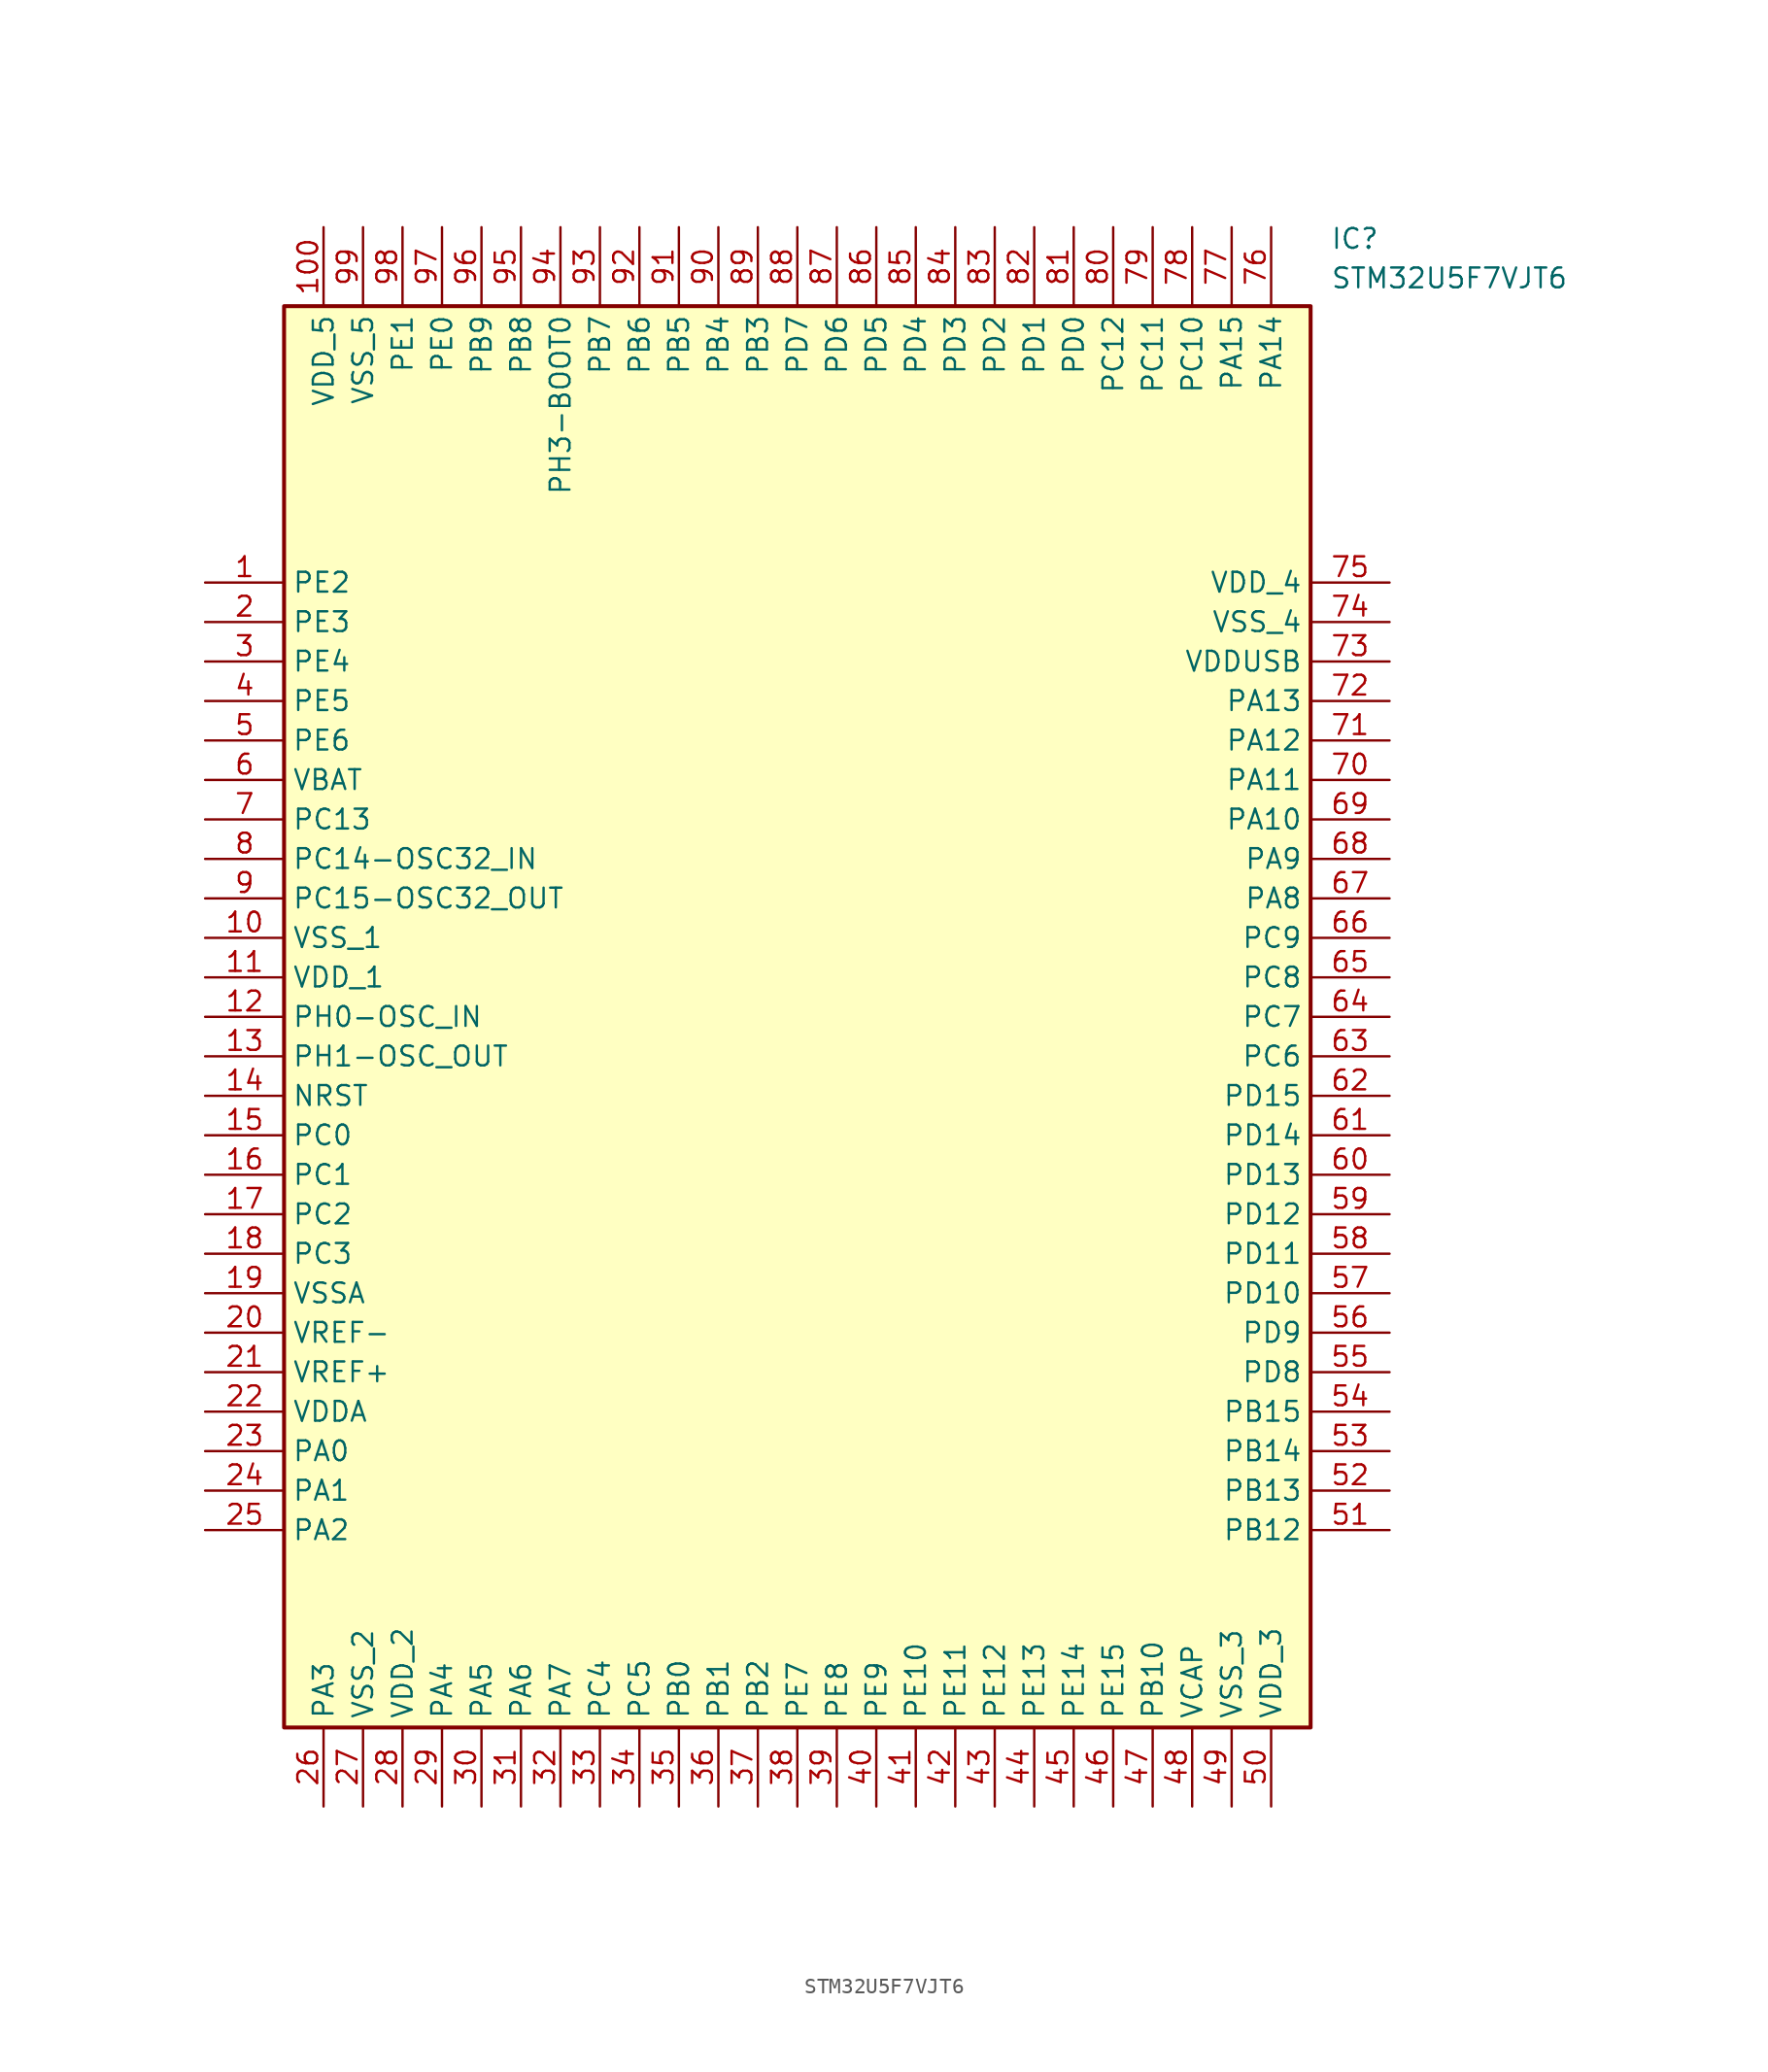
<source format=kicad_sym>
(kicad_symbol_lib
  (version 20211014)
  (generator SamacSys_ECAD_Model)
  (symbol "STM32U5F7VJT6"
    (property "Reference" "IC"
      (at 72.39 22.86 0)
      (effects (font (size 1.27 1.27)) (justify left top)))
    (property "Value" "STM32U5F7VJT6"
      (at 72.39 20.32 0)
      (effects (font (size 1.27 1.27)) (justify left top)))
    (rectangle
      (start 5.08 17.78)
      (end 71.12 -73.66)
      (stroke (width 0.254) (type default))
      (fill (type background)))
    (pin passive line
      (at 0 0 0)
      (length 5.08)
      (name "PE2" (effects (font (size 1.27 1.27))))
      (number "1" (effects (font (size 1.27 1.27)))))
    (pin passive line
      (at 0 -2.54 0)
      (length 5.08)
      (name "PE3" (effects (font (size 1.27 1.27))))
      (number "2" (effects (font (size 1.27 1.27)))))
    (pin passive line
      (at 0 -5.08 0)
      (length 5.08)
      (name "PE4" (effects (font (size 1.27 1.27))))
      (number "3" (effects (font (size 1.27 1.27)))))
    (pin passive line
      (at 0 -7.62 0)
      (length 5.08)
      (name "PE5" (effects (font (size 1.27 1.27))))
      (number "4" (effects (font (size 1.27 1.27)))))
    (pin passive line
      (at 0 -10.16 0)
      (length 5.08)
      (name "PE6" (effects (font (size 1.27 1.27))))
      (number "5" (effects (font (size 1.27 1.27)))))
    (pin passive line
      (at 0 -12.7 0)
      (length 5.08)
      (name "VBAT" (effects (font (size 1.27 1.27))))
      (number "6" (effects (font (size 1.27 1.27)))))
    (pin passive line
      (at 0 -15.24 0)
      (length 5.08)
      (name "PC13" (effects (font (size 1.27 1.27))))
      (number "7" (effects (font (size 1.27 1.27)))))
    (pin passive line
      (at 0 -17.78 0)
      (length 5.08)
      (name "PC14-OSC32_IN" (effects (font (size 1.27 1.27))))
      (number "8" (effects (font (size 1.27 1.27)))))
    (pin passive line
      (at 0 -20.32 0)
      (length 5.08)
      (name "PC15-OSC32_OUT" (effects (font (size 1.27 1.27))))
      (number "9" (effects (font (size 1.27 1.27)))))
    (pin passive line
      (at 0 -22.86 0)
      (length 5.08)
      (name "VSS_1" (effects (font (size 1.27 1.27))))
      (number "10" (effects (font (size 1.27 1.27)))))
    (pin passive line
      (at 0 -25.4 0)
      (length 5.08)
      (name "VDD_1" (effects (font (size 1.27 1.27))))
      (number "11" (effects (font (size 1.27 1.27)))))
    (pin passive line
      (at 0 -27.94 0)
      (length 5.08)
      (name "PH0-OSC_IN" (effects (font (size 1.27 1.27))))
      (number "12" (effects (font (size 1.27 1.27)))))
    (pin passive line
      (at 0 -30.48 0)
      (length 5.08)
      (name "PH1-OSC_OUT" (effects (font (size 1.27 1.27))))
      (number "13" (effects (font (size 1.27 1.27)))))
    (pin passive line
      (at 0 -33.02 0)
      (length 5.08)
      (name "NRST" (effects (font (size 1.27 1.27))))
      (number "14" (effects (font (size 1.27 1.27)))))
    (pin passive line
      (at 0 -35.56 0)
      (length 5.08)
      (name "PC0" (effects (font (size 1.27 1.27))))
      (number "15" (effects (font (size 1.27 1.27)))))
    (pin passive line
      (at 0 -38.1 0)
      (length 5.08)
      (name "PC1" (effects (font (size 1.27 1.27))))
      (number "16" (effects (font (size 1.27 1.27)))))
    (pin passive line
      (at 0 -40.64 0)
      (length 5.08)
      (name "PC2" (effects (font (size 1.27 1.27))))
      (number "17" (effects (font (size 1.27 1.27)))))
    (pin passive line
      (at 0 -43.18 0)
      (length 5.08)
      (name "PC3" (effects (font (size 1.27 1.27))))
      (number "18" (effects (font (size 1.27 1.27)))))
    (pin passive line
      (at 0 -45.72 0)
      (length 5.08)
      (name "VSSA" (effects (font (size 1.27 1.27))))
      (number "19" (effects (font (size 1.27 1.27)))))
    (pin passive line
      (at 0 -48.26 0)
      (length 5.08)
      (name "VREF-" (effects (font (size 1.27 1.27))))
      (number "20" (effects (font (size 1.27 1.27)))))
    (pin passive line
      (at 0 -50.8 0)
      (length 5.08)
      (name "VREF+" (effects (font (size 1.27 1.27))))
      (number "21" (effects (font (size 1.27 1.27)))))
    (pin passive line
      (at 0 -53.34 0)
      (length 5.08)
      (name "VDDA" (effects (font (size 1.27 1.27))))
      (number "22" (effects (font (size 1.27 1.27)))))
    (pin passive line
      (at 0 -55.88 0)
      (length 5.08)
      (name "PA0" (effects (font (size 1.27 1.27))))
      (number "23" (effects (font (size 1.27 1.27)))))
    (pin passive line
      (at 0 -58.42 0)
      (length 5.08)
      (name "PA1" (effects (font (size 1.27 1.27))))
      (number "24" (effects (font (size 1.27 1.27)))))
    (pin passive line
      (at 0 -60.96 0)
      (length 5.08)
      (name "PA2" (effects (font (size 1.27 1.27))))
      (number "25" (effects (font (size 1.27 1.27)))))
    (pin passive line
      (at 7.62 -78.74 90)
      (length 5.08)
      (name "PA3" (effects (font (size 1.27 1.27))))
      (number "26" (effects (font (size 1.27 1.27)))))
    (pin passive line
      (at 10.16 -78.74 90)
      (length 5.08)
      (name "VSS_2" (effects (font (size 1.27 1.27))))
      (number "27" (effects (font (size 1.27 1.27)))))
    (pin passive line
      (at 12.7 -78.74 90)
      (length 5.08)
      (name "VDD_2" (effects (font (size 1.27 1.27))))
      (number "28" (effects (font (size 1.27 1.27)))))
    (pin passive line
      (at 15.24 -78.74 90)
      (length 5.08)
      (name "PA4" (effects (font (size 1.27 1.27))))
      (number "29" (effects (font (size 1.27 1.27)))))
    (pin passive line
      (at 17.78 -78.74 90)
      (length 5.08)
      (name "PA5" (effects (font (size 1.27 1.27))))
      (number "30" (effects (font (size 1.27 1.27)))))
    (pin passive line
      (at 20.32 -78.74 90)
      (length 5.08)
      (name "PA6" (effects (font (size 1.27 1.27))))
      (number "31" (effects (font (size 1.27 1.27)))))
    (pin passive line
      (at 22.86 -78.74 90)
      (length 5.08)
      (name "PA7" (effects (font (size 1.27 1.27))))
      (number "32" (effects (font (size 1.27 1.27)))))
    (pin passive line
      (at 25.4 -78.74 90)
      (length 5.08)
      (name "PC4" (effects (font (size 1.27 1.27))))
      (number "33" (effects (font (size 1.27 1.27)))))
    (pin passive line
      (at 27.94 -78.74 90)
      (length 5.08)
      (name "PC5" (effects (font (size 1.27 1.27))))
      (number "34" (effects (font (size 1.27 1.27)))))
    (pin passive line
      (at 30.48 -78.74 90)
      (length 5.08)
      (name "PB0" (effects (font (size 1.27 1.27))))
      (number "35" (effects (font (size 1.27 1.27)))))
    (pin passive line
      (at 33.02 -78.74 90)
      (length 5.08)
      (name "PB1" (effects (font (size 1.27 1.27))))
      (number "36" (effects (font (size 1.27 1.27)))))
    (pin passive line
      (at 35.56 -78.74 90)
      (length 5.08)
      (name "PB2" (effects (font (size 1.27 1.27))))
      (number "37" (effects (font (size 1.27 1.27)))))
    (pin passive line
      (at 38.1 -78.74 90)
      (length 5.08)
      (name "PE7" (effects (font (size 1.27 1.27))))
      (number "38" (effects (font (size 1.27 1.27)))))
    (pin passive line
      (at 40.64 -78.74 90)
      (length 5.08)
      (name "PE8" (effects (font (size 1.27 1.27))))
      (number "39" (effects (font (size 1.27 1.27)))))
    (pin passive line
      (at 43.18 -78.74 90)
      (length 5.08)
      (name "PE9" (effects (font (size 1.27 1.27))))
      (number "40" (effects (font (size 1.27 1.27)))))
    (pin passive line
      (at 45.72 -78.74 90)
      (length 5.08)
      (name "PE10" (effects (font (size 1.27 1.27))))
      (number "41" (effects (font (size 1.27 1.27)))))
    (pin passive line
      (at 48.26 -78.74 90)
      (length 5.08)
      (name "PE11" (effects (font (size 1.27 1.27))))
      (number "42" (effects (font (size 1.27 1.27)))))
    (pin passive line
      (at 50.8 -78.74 90)
      (length 5.08)
      (name "PE12" (effects (font (size 1.27 1.27))))
      (number "43" (effects (font (size 1.27 1.27)))))
    (pin passive line
      (at 53.34 -78.74 90)
      (length 5.08)
      (name "PE13" (effects (font (size 1.27 1.27))))
      (number "44" (effects (font (size 1.27 1.27)))))
    (pin passive line
      (at 55.88 -78.74 90)
      (length 5.08)
      (name "PE14" (effects (font (size 1.27 1.27))))
      (number "45" (effects (font (size 1.27 1.27)))))
    (pin passive line
      (at 58.42 -78.74 90)
      (length 5.08)
      (name "PE15" (effects (font (size 1.27 1.27))))
      (number "46" (effects (font (size 1.27 1.27)))))
    (pin passive line
      (at 60.96 -78.74 90)
      (length 5.08)
      (name "PB10" (effects (font (size 1.27 1.27))))
      (number "47" (effects (font (size 1.27 1.27)))))
    (pin passive line
      (at 63.5 -78.74 90)
      (length 5.08)
      (name "VCAP" (effects (font (size 1.27 1.27))))
      (number "48" (effects (font (size 1.27 1.27)))))
    (pin passive line
      (at 66.04 -78.74 90)
      (length 5.08)
      (name "VSS_3" (effects (font (size 1.27 1.27))))
      (number "49" (effects (font (size 1.27 1.27)))))
    (pin passive line
      (at 68.58 -78.74 90)
      (length 5.08)
      (name "VDD_3" (effects (font (size 1.27 1.27))))
      (number "50" (effects (font (size 1.27 1.27)))))
    (pin passive line
      (at 76.2 0 180)
      (length 5.08)
      (name "VDD_4" (effects (font (size 1.27 1.27))))
      (number "75" (effects (font (size 1.27 1.27)))))
    (pin passive line
      (at 76.2 -2.54 180)
      (length 5.08)
      (name "VSS_4" (effects (font (size 1.27 1.27))))
      (number "74" (effects (font (size 1.27 1.27)))))
    (pin passive line
      (at 76.2 -5.08 180)
      (length 5.08)
      (name "VDDUSB" (effects (font (size 1.27 1.27))))
      (number "73" (effects (font (size 1.27 1.27)))))
    (pin passive line
      (at 76.2 -7.62 180)
      (length 5.08)
      (name "PA13" (effects (font (size 1.27 1.27))))
      (number "72" (effects (font (size 1.27 1.27)))))
    (pin passive line
      (at 76.2 -10.16 180)
      (length 5.08)
      (name "PA12" (effects (font (size 1.27 1.27))))
      (number "71" (effects (font (size 1.27 1.27)))))
    (pin passive line
      (at 76.2 -12.7 180)
      (length 5.08)
      (name "PA11" (effects (font (size 1.27 1.27))))
      (number "70" (effects (font (size 1.27 1.27)))))
    (pin passive line
      (at 76.2 -15.24 180)
      (length 5.08)
      (name "PA10" (effects (font (size 1.27 1.27))))
      (number "69" (effects (font (size 1.27 1.27)))))
    (pin passive line
      (at 76.2 -17.78 180)
      (length 5.08)
      (name "PA9" (effects (font (size 1.27 1.27))))
      (number "68" (effects (font (size 1.27 1.27)))))
    (pin passive line
      (at 76.2 -20.32 180)
      (length 5.08)
      (name "PA8" (effects (font (size 1.27 1.27))))
      (number "67" (effects (font (size 1.27 1.27)))))
    (pin passive line
      (at 76.2 -22.86 180)
      (length 5.08)
      (name "PC9" (effects (font (size 1.27 1.27))))
      (number "66" (effects (font (size 1.27 1.27)))))
    (pin passive line
      (at 76.2 -25.4 180)
      (length 5.08)
      (name "PC8" (effects (font (size 1.27 1.27))))
      (number "65" (effects (font (size 1.27 1.27)))))
    (pin passive line
      (at 76.2 -27.94 180)
      (length 5.08)
      (name "PC7" (effects (font (size 1.27 1.27))))
      (number "64" (effects (font (size 1.27 1.27)))))
    (pin passive line
      (at 76.2 -30.48 180)
      (length 5.08)
      (name "PC6" (effects (font (size 1.27 1.27))))
      (number "63" (effects (font (size 1.27 1.27)))))
    (pin passive line
      (at 76.2 -33.02 180)
      (length 5.08)
      (name "PD15" (effects (font (size 1.27 1.27))))
      (number "62" (effects (font (size 1.27 1.27)))))
    (pin passive line
      (at 76.2 -35.56 180)
      (length 5.08)
      (name "PD14" (effects (font (size 1.27 1.27))))
      (number "61" (effects (font (size 1.27 1.27)))))
    (pin passive line
      (at 76.2 -38.1 180)
      (length 5.08)
      (name "PD13" (effects (font (size 1.27 1.27))))
      (number "60" (effects (font (size 1.27 1.27)))))
    (pin passive line
      (at 76.2 -40.64 180)
      (length 5.08)
      (name "PD12" (effects (font (size 1.27 1.27))))
      (number "59" (effects (font (size 1.27 1.27)))))
    (pin passive line
      (at 76.2 -43.18 180)
      (length 5.08)
      (name "PD11" (effects (font (size 1.27 1.27))))
      (number "58" (effects (font (size 1.27 1.27)))))
    (pin passive line
      (at 76.2 -45.72 180)
      (length 5.08)
      (name "PD10" (effects (font (size 1.27 1.27))))
      (number "57" (effects (font (size 1.27 1.27)))))
    (pin passive line
      (at 76.2 -48.26 180)
      (length 5.08)
      (name "PD9" (effects (font (size 1.27 1.27))))
      (number "56" (effects (font (size 1.27 1.27)))))
    (pin passive line
      (at 76.2 -50.8 180)
      (length 5.08)
      (name "PD8" (effects (font (size 1.27 1.27))))
      (number "55" (effects (font (size 1.27 1.27)))))
    (pin passive line
      (at 76.2 -53.34 180)
      (length 5.08)
      (name "PB15" (effects (font (size 1.27 1.27))))
      (number "54" (effects (font (size 1.27 1.27)))))
    (pin passive line
      (at 76.2 -55.88 180)
      (length 5.08)
      (name "PB14" (effects (font (size 1.27 1.27))))
      (number "53" (effects (font (size 1.27 1.27)))))
    (pin passive line
      (at 76.2 -58.42 180)
      (length 5.08)
      (name "PB13" (effects (font (size 1.27 1.27))))
      (number "52" (effects (font (size 1.27 1.27)))))
    (pin passive line
      (at 76.2 -60.96 180)
      (length 5.08)
      (name "PB12" (effects (font (size 1.27 1.27))))
      (number "51" (effects (font (size 1.27 1.27)))))
    (pin passive line
      (at 7.62 22.86 270)
      (length 5.08)
      (name "VDD_5" (effects (font (size 1.27 1.27))))
      (number "100" (effects (font (size 1.27 1.27)))))
    (pin passive line
      (at 10.16 22.86 270)
      (length 5.08)
      (name "VSS_5" (effects (font (size 1.27 1.27))))
      (number "99" (effects (font (size 1.27 1.27)))))
    (pin passive line
      (at 12.7 22.86 270)
      (length 5.08)
      (name "PE1" (effects (font (size 1.27 1.27))))
      (number "98" (effects (font (size 1.27 1.27)))))
    (pin passive line
      (at 15.24 22.86 270)
      (length 5.08)
      (name "PE0" (effects (font (size 1.27 1.27))))
      (number "97" (effects (font (size 1.27 1.27)))))
    (pin passive line
      (at 17.78 22.86 270)
      (length 5.08)
      (name "PB9" (effects (font (size 1.27 1.27))))
      (number "96" (effects (font (size 1.27 1.27)))))
    (pin passive line
      (at 20.32 22.86 270)
      (length 5.08)
      (name "PB8" (effects (font (size 1.27 1.27))))
      (number "95" (effects (font (size 1.27 1.27)))))
    (pin passive line
      (at 22.86 22.86 270)
      (length 5.08)
      (name "PH3-BOOT0" (effects (font (size 1.27 1.27))))
      (number "94" (effects (font (size 1.27 1.27)))))
    (pin passive line
      (at 25.4 22.86 270)
      (length 5.08)
      (name "PB7" (effects (font (size 1.27 1.27))))
      (number "93" (effects (font (size 1.27 1.27)))))
    (pin passive line
      (at 27.94 22.86 270)
      (length 5.08)
      (name "PB6" (effects (font (size 1.27 1.27))))
      (number "92" (effects (font (size 1.27 1.27)))))
    (pin passive line
      (at 30.48 22.86 270)
      (length 5.08)
      (name "PB5" (effects (font (size 1.27 1.27))))
      (number "91" (effects (font (size 1.27 1.27)))))
    (pin passive line
      (at 33.02 22.86 270)
      (length 5.08)
      (name "PB4" (effects (font (size 1.27 1.27))))
      (number "90" (effects (font (size 1.27 1.27)))))
    (pin passive line
      (at 35.56 22.86 270)
      (length 5.08)
      (name "PB3" (effects (font (size 1.27 1.27))))
      (number "89" (effects (font (size 1.27 1.27)))))
    (pin passive line
      (at 38.1 22.86 270)
      (length 5.08)
      (name "PD7" (effects (font (size 1.27 1.27))))
      (number "88" (effects (font (size 1.27 1.27)))))
    (pin passive line
      (at 40.64 22.86 270)
      (length 5.08)
      (name "PD6" (effects (font (size 1.27 1.27))))
      (number "87" (effects (font (size 1.27 1.27)))))
    (pin passive line
      (at 43.18 22.86 270)
      (length 5.08)
      (name "PD5" (effects (font (size 1.27 1.27))))
      (number "86" (effects (font (size 1.27 1.27)))))
    (pin passive line
      (at 45.72 22.86 270)
      (length 5.08)
      (name "PD4" (effects (font (size 1.27 1.27))))
      (number "85" (effects (font (size 1.27 1.27)))))
    (pin passive line
      (at 48.26 22.86 270)
      (length 5.08)
      (name "PD3" (effects (font (size 1.27 1.27))))
      (number "84" (effects (font (size 1.27 1.27)))))
    (pin passive line
      (at 50.8 22.86 270)
      (length 5.08)
      (name "PD2" (effects (font (size 1.27 1.27))))
      (number "83" (effects (font (size 1.27 1.27)))))
    (pin passive line
      (at 53.34 22.86 270)
      (length 5.08)
      (name "PD1" (effects (font (size 1.27 1.27))))
      (number "82" (effects (font (size 1.27 1.27)))))
    (pin passive line
      (at 55.88 22.86 270)
      (length 5.08)
      (name "PD0" (effects (font (size 1.27 1.27))))
      (number "81" (effects (font (size 1.27 1.27)))))
    (pin passive line
      (at 58.42 22.86 270)
      (length 5.08)
      (name "PC12" (effects (font (size 1.27 1.27))))
      (number "80" (effects (font (size 1.27 1.27)))))
    (pin passive line
      (at 60.96 22.86 270)
      (length 5.08)
      (name "PC11" (effects (font (size 1.27 1.27))))
      (number "79" (effects (font (size 1.27 1.27)))))
    (pin passive line
      (at 63.5 22.86 270)
      (length 5.08)
      (name "PC10" (effects (font (size 1.27 1.27))))
      (number "78" (effects (font (size 1.27 1.27)))))
    (pin passive line
      (at 66.04 22.86 270)
      (length 5.08)
      (name "PA15" (effects (font (size 1.27 1.27))))
      (number "77" (effects (font (size 1.27 1.27)))))
    (pin passive line
      (at 68.58 22.86 270)
      (length 5.08)
      (name "PA14" (effects (font (size 1.27 1.27))))
      (number "76" (effects (font (size 1.27 1.27)))))))
</source>
